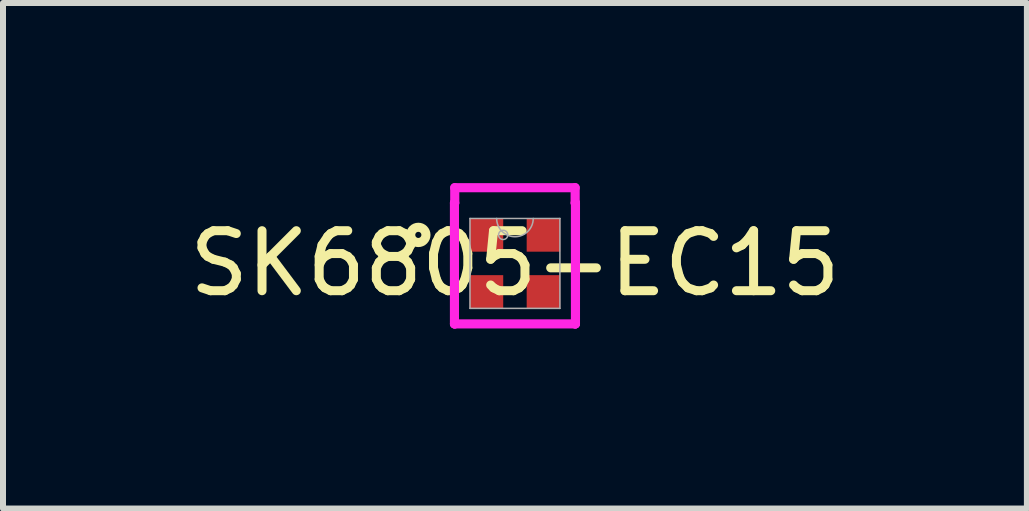
<source format=kicad_pcb>
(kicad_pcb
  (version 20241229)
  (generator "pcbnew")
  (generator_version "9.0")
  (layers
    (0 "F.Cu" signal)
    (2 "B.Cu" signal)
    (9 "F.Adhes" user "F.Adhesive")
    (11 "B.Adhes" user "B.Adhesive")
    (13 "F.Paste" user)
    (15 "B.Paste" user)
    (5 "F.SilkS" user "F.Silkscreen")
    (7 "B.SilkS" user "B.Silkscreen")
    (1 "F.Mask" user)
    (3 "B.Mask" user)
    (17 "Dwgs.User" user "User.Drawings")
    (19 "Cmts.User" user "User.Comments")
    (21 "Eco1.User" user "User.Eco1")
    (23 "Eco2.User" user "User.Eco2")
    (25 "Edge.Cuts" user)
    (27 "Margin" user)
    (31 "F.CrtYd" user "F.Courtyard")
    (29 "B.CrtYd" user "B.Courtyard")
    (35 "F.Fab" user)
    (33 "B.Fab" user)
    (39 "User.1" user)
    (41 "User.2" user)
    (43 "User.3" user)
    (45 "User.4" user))
  (footprint "SK6805-EC15"
    (layer "F.Cu")
    (at 5.53 1.339)
    (property "Reference" "SK6805-EC15" (at 0 0 0) (unlocked yes) (layer "F.SilkS") (effects (font (size 1 1) (thickness 0.15))))
    (attr smd)
    (fp_circle (center -1.61 -0.475) (end -1.483 -0.475) (stroke (width 0.152) (type solid)) (fill no) (layer "F.SilkS"))
    (fp_line (start -1.008 -1.008) (end -1.003 -1.008) (stroke (width 0.152) (type solid)) (layer "F.CrtYd"))
    (fp_line (start -1.008 1.008) (end -1.008 -1.008) (stroke (width 0.152) (type solid)) (layer "F.CrtYd"))
    (fp_line (start -1.008 1.008) (end -1.003 1.008) (stroke (width 0.152) (type solid)) (layer "F.CrtYd"))
    (fp_line (start -1.003 -1.262) (end 1.003 -1.262) (stroke (width 0.152) (type solid)) (layer "F.CrtYd"))
    (fp_line (start -1.003 -1.008) (end -1.003 -1.262) (stroke (width 0.152) (type solid)) (layer "F.CrtYd"))
    (fp_line (start -1.003 1.008) (end -1.003 1.008) (stroke (width 0.152) (type solid)) (layer "F.CrtYd"))
    (fp_line (start 1.003 -1.262) (end 1.003 -1.008) (stroke (width 0.152) (type solid)) (layer "F.CrtYd"))
    (fp_line (start 1.003 1.008) (end -1.003 1.008) (stroke (width 0.152) (type solid)) (layer "F.CrtYd"))
    (fp_line (start 1.003 1.008) (end 1.003 1.008) (stroke (width 0.152) (type solid)) (layer "F.CrtYd"))
    (fp_line (start 1.008 -1.008) (end 1.003 -1.008) (stroke (width 0.152) (type solid)) (layer "F.CrtYd"))
    (fp_line (start 1.008 -1.008) (end 1.008 1.008) (stroke (width 0.152) (type solid)) (layer "F.CrtYd"))
    (fp_line (start 1.008 1.008) (end 1.003 1.008) (stroke (width 0.152) (type solid)) (layer "F.CrtYd"))
    (fp_line (start -0.749 -0.749) (end -0.749 0.749) (stroke (width 0.025) (type solid)) (layer "F.Fab"))
    (fp_line (start -0.749 0.749) (end 0.749 0.749) (stroke (width 0.025) (type solid)) (layer "F.Fab"))
    (fp_line (start 0.749 -0.749) (end -0.749 -0.749) (stroke (width 0.025) (type solid)) (layer "F.Fab"))
    (fp_line (start 0.749 0.749) (end 0.749 -0.749) (stroke (width 0.025) (type solid)) (layer "F.Fab"))
    (fp_arc (start 0.3048 -0.7493) (mid 0 -0.4445) (end -0.3048 -0.7493) (stroke (width 0.0254) (type solid)) (layer "F.Fab"))
    (fp_circle (center -0.196 -0.475) (end -0.119 -0.475) (stroke (width 0.025) (type solid)) (fill no) (layer "F.Fab"))
    (pad "1" smd rect (at -0.475 0.475) (size 0.559 0.559) (layers "F.Cu" "F.Mask" "F.Paste"))
    (pad "2" smd rect (at 0.475 0.475) (size 0.559 0.559) (layers "F.Cu" "F.Mask" "F.Paste"))
    (pad "3" smd rect (at 0.475 -0.475) (size 0.559 0.559) (layers "F.Cu" "F.Mask" "F.Paste"))
    (pad "4" smd rect (at -0.475 -0.475) (size 0.559 0.559) (layers "F.Cu" "F.Mask" "F.Paste")))
  (gr_rect
    (start -3 -3)
    (end 14.06 5.423)
    (stroke (width 0.1) (type default))
    (fill no)
    (layer "Edge.Cuts")))
</source>
